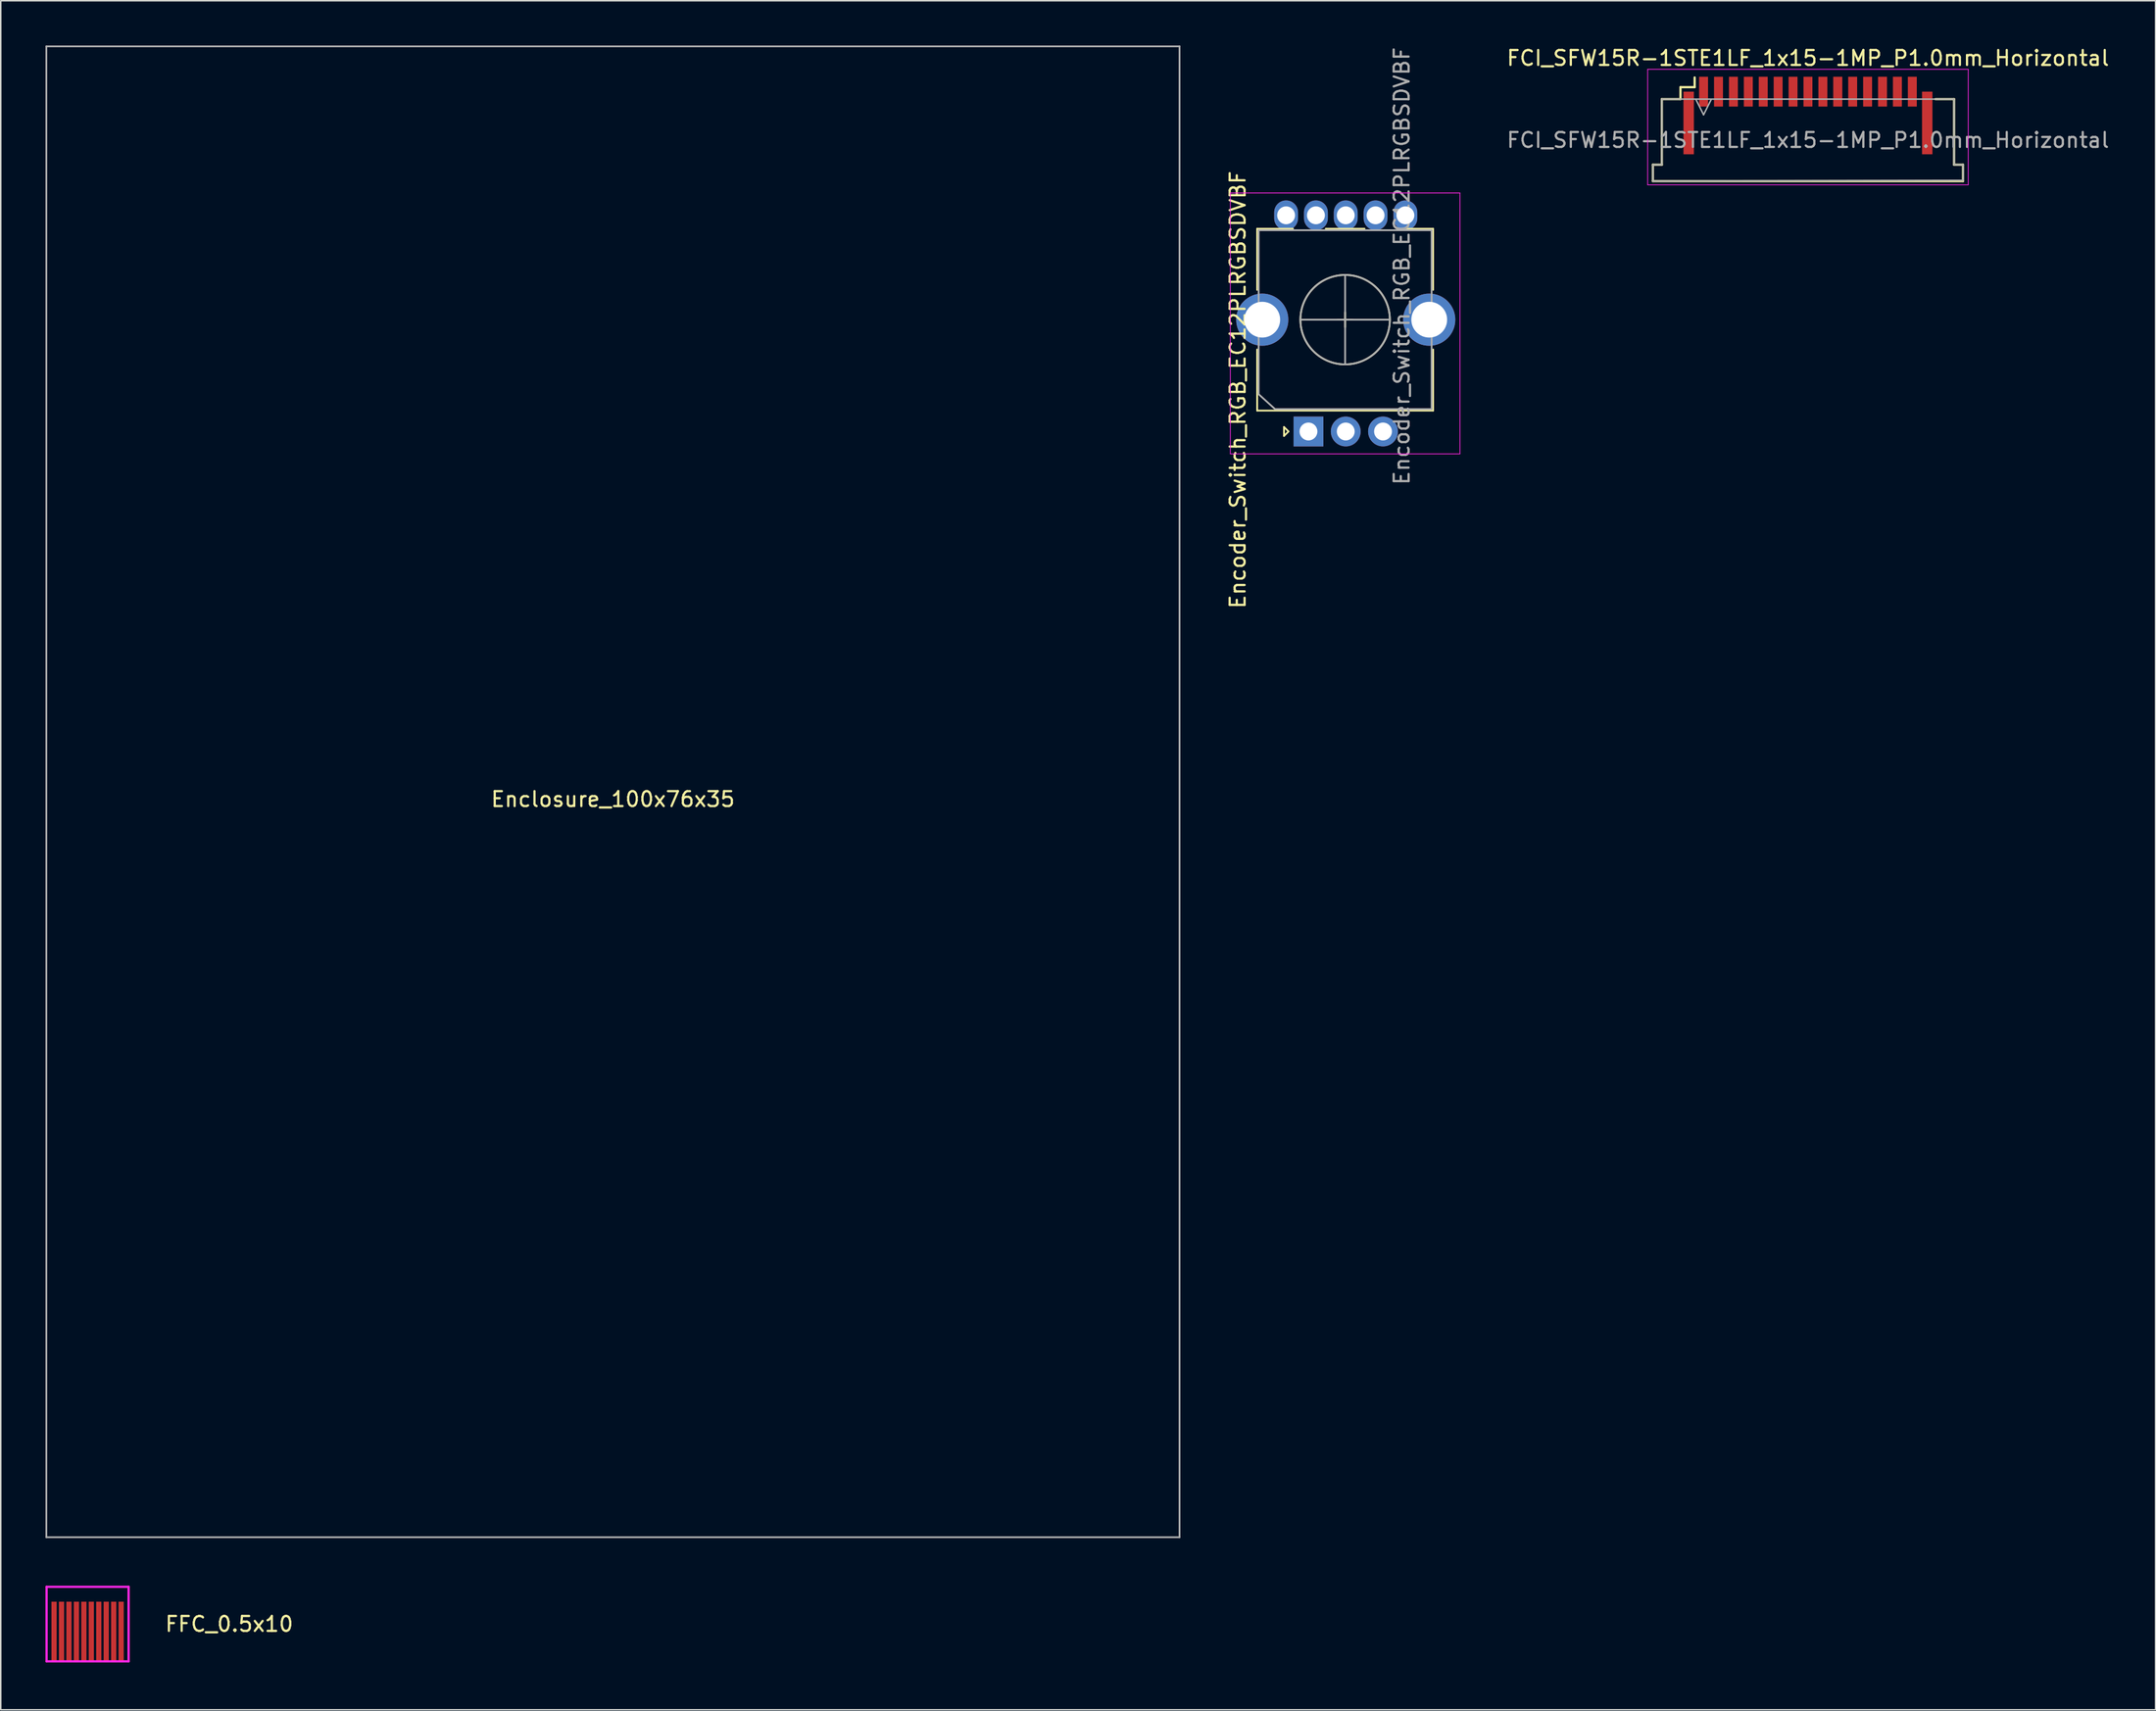
<source format=kicad_pcb>
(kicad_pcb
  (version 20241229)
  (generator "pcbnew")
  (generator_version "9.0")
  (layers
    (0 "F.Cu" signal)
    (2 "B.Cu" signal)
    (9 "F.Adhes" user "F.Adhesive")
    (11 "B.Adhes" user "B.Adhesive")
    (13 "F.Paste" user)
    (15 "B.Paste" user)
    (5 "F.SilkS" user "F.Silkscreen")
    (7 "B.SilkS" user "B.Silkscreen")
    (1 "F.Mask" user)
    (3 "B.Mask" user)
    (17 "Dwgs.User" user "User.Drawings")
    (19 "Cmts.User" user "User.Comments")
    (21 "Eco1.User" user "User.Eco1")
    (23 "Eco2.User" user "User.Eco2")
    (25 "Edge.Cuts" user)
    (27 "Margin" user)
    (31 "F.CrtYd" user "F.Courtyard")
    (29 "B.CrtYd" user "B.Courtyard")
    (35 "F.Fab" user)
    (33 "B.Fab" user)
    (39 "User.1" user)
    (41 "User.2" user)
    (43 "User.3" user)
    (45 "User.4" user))
  (footprint "FCI_SFW15R-1STE1LF_1x15-1MP_P1.0mm_Horizontal"
    (layer "F.Cu")
    (at 118.209 6.348)
    (property "Reference" "FCI_SFW15R-1STE1LF_1x15-1MP_P1.0mm_Horizontal" (at 0 -5.5 0) (layer "F.SilkS") (effects (font (size 1 1) (thickness 0.15))))
    (attr smd)
    (fp_line (start -10.4 1.65) (end -10.4 2.75) (stroke (width 0.15) (type solid)) (layer "F.SilkS"))
    (fp_line (start -10.4 2.75) (end 10.4 2.75) (stroke (width 0.15) (type solid)) (layer "F.SilkS"))
    (fp_line (start -9.8 -2.75) (end -8.55 -2.75) (stroke (width 0.15) (type solid)) (layer "F.SilkS"))
    (fp_line (start -9.8 1.65) (end -10.4 1.65) (stroke (width 0.15) (type solid)) (layer "F.SilkS"))
    (fp_line (start -9.8 1.65) (end -9.8 -2.75) (stroke (width 0.15) (type solid)) (layer "F.SilkS"))
    (fp_line (start -8.55 -3.55) (end -8.55 -2.75) (stroke (width 0.15) (type solid)) (layer "F.SilkS"))
    (fp_line (start -7.6 -3.55) (end -8.55 -3.55) (stroke (width 0.15) (type solid)) (layer "F.SilkS"))
    (fp_line (start -7.6 -3.55) (end -7.6 -4.2) (stroke (width 0.15) (type solid)) (layer "F.SilkS"))
    (fp_line (start 8.55 -2.75) (end 9.8 -2.75) (stroke (width 0.15) (type solid)) (layer "F.SilkS"))
    (fp_line (start 9.8 1.65) (end 9.8 -2.75) (stroke (width 0.15) (type solid)) (layer "F.SilkS"))
    (fp_line (start 10.4 1.65) (end 9.8 1.65) (stroke (width 0.15) (type solid)) (layer "F.SilkS"))
    (fp_line (start 10.4 1.65) (end 10.4 2.75) (stroke (width 0.15) (type solid)) (layer "F.SilkS"))
    (fp_line (start -10.75 -4.75) (end 10.75 -4.75) (stroke (width 0.05) (type solid)) (layer "F.CrtYd"))
    (fp_line (start -10.75 3) (end -10.75 -4.75) (stroke (width 0.05) (type solid)) (layer "F.CrtYd"))
    (fp_line (start -10.75 3) (end 10.75 3) (stroke (width 0.05) (type solid)) (layer "F.CrtYd"))
    (fp_line (start 10.75 3) (end 10.75 -4.75) (stroke (width 0.05) (type solid)) (layer "F.CrtYd"))
    (fp_line (start -10.4 1.65) (end -9.8 1.65) (stroke (width 0.1) (type solid)) (layer "F.Fab"))
    (fp_line (start -10.4 2.75) (end -10.4 1.65) (stroke (width 0.1) (type solid)) (layer "F.Fab"))
    (fp_line (start -9.8 -2.75) (end 9.8 -2.75) (stroke (width 0.1) (type solid)) (layer "F.Fab"))
    (fp_line (start -9.8 1.65) (end -9.8 -2.75) (stroke (width 0.1) (type solid)) (layer "F.Fab"))
    (fp_line (start -7.5 -2.7) (end -7 -1.7) (stroke (width 0.1) (type solid)) (layer "F.Fab"))
    (fp_line (start -7 -1.7) (end -6.5 -2.7) (stroke (width 0.1) (type solid)) (layer "F.Fab"))
    (fp_line (start 9.8 -2.75) (end 9.8 1.65) (stroke (width 0.1) (type solid)) (layer "F.Fab"))
    (fp_line (start 9.8 1.65) (end 10.41 1.65) (stroke (width 0.1) (type solid)) (layer "F.Fab"))
    (fp_line (start 10.41 1.65) (end 10.41 2.7) (stroke (width 0.1) (type solid)) (layer "F.Fab"))
    (fp_line (start 10.41 2.7) (end -10.4 2.75) (stroke (width 0.1) (type solid)) (layer "F.Fab"))
    (fp_text user "${REFERENCE}" (at 0 0 0) (layer "F.Fab") (effects (font (size 1 1) (thickness 0.15))))
    (pad "1" smd rect (at -7 -3.25) (size 0.6 2) (layers "F.Cu" "F.Mask" "F.Paste"))
    (pad "2" smd rect (at -6 -3.25) (size 0.6 2) (layers "F.Cu" "F.Mask" "F.Paste"))
    (pad "3" smd rect (at -5 -3.25) (size 0.6 2) (layers "F.Cu" "F.Mask" "F.Paste"))
    (pad "4" smd rect (at -4 -3.25) (size 0.6 2) (layers "F.Cu" "F.Mask" "F.Paste"))
    (pad "5" smd rect (at -3 -3.25) (size 0.6 2) (layers "F.Cu" "F.Mask" "F.Paste"))
    (pad "6" smd rect (at -2 -3.25) (size 0.6 2) (layers "F.Cu" "F.Mask" "F.Paste"))
    (pad "7" smd rect (at -1 -3.25) (size 0.6 2) (layers "F.Cu" "F.Mask" "F.Paste"))
    (pad "8" smd rect (at 0 -3.25) (size 0.6 2) (layers "F.Cu" "F.Mask" "F.Paste"))
    (pad "9" smd rect (at 1 -3.25) (size 0.6 2) (layers "F.Cu" "F.Mask" "F.Paste"))
    (pad "10" smd rect (at 2 -3.25) (size 0.61 2) (layers "F.Cu" "F.Mask" "F.Paste"))
    (pad "11" smd rect (at 3 -3.25) (size 0.6 2) (layers "F.Cu" "F.Mask" "F.Paste"))
    (pad "12" smd rect (at 4 -3.25) (size 0.6 2) (layers "F.Cu" "F.Mask" "F.Paste"))
    (pad "13" smd rect (at 5 -3.25) (size 0.6 2) (layers "F.Cu" "F.Mask" "F.Paste"))
    (pad "14" smd rect (at 6 -3.25) (size 0.6 2) (layers "F.Cu" "F.Mask" "F.Paste"))
    (pad "15" smd rect (at 7 -3.25) (size 0.6 2) (layers "F.Cu" "F.Mask" "F.Paste"))
    (pad "MP" smd rect (at -8 -1.15) (size 0.7 4.2) (layers "F.Cu" "F.Mask" "F.Paste"))
    (pad "MP" smd rect (at 8 -1.15) (size 0.7 4.2) (layers "F.Cu" "F.Mask" "F.Paste")))
  (footprint "Encoder_Switch_RGB_EC12PLRGBSDVBF"
    (layer "F.Cu")
    (at 87.208 18.392)
    (property "Reference" "Encoder_Switch_RGB_EC12PLRGBSDVBF" (at -7.24 4.7 90) (layer "F.SilkS") (effects (font (size 1 1) (thickness 0.15))))
    (attr through_hole)
    (fp_line (start -5.94 -6.1) (end -3.54 -6.1) (stroke (width 0.12) (type solid)) (layer "F.SilkS"))
    (fp_line (start -5.94 -2) (end -5.94 -6.1) (stroke (width 0.12) (type solid)) (layer "F.SilkS"))
    (fp_line (start -5.94 2) (end -5.94 6.1) (stroke (width 0.12) (type solid)) (layer "F.SilkS"))
    (fp_line (start -5.94 6.1) (end 5.86 6.1) (stroke (width 0.12) (type solid)) (layer "F.SilkS"))
    (fp_line (start -4.14 7.2) (end -3.84 7.5) (stroke (width 0.12) (type solid)) (layer "F.SilkS"))
    (fp_line (start -4.14 7.8) (end -4.14 7.2) (stroke (width 0.12) (type solid)) (layer "F.SilkS"))
    (fp_line (start -3.84 7.5) (end -4.14 7.8) (stroke (width 0.12) (type solid)) (layer "F.SilkS"))
    (fp_line (start -1.34 -6.1) (end 1.26 -6.1) (stroke (width 0.12) (type solid)) (layer "F.SilkS"))
    (fp_line (start -0.54 0) (end 0.46 0) (stroke (width 0.12) (type solid)) (layer "F.SilkS"))
    (fp_line (start -0.04 0.5) (end -0.04 -0.5) (stroke (width 0.12) (type solid)) (layer "F.SilkS"))
    (fp_line (start 3.46 -6.1) (end 5.86 -6.1) (stroke (width 0.12) (type solid)) (layer "F.SilkS"))
    (fp_line (start 5.86 -6.1) (end 5.86 -2) (stroke (width 0.12) (type solid)) (layer "F.SilkS"))
    (fp_line (start 5.86 2) (end 5.86 6.1) (stroke (width 0.12) (type solid)) (layer "F.SilkS"))
    (fp_circle (center -0.04 0) (end -0.04 -3) (stroke (width 0.12) (type solid)) (fill no) (layer "F.SilkS"))
    (fp_line (start -7.74 9) (end -7.74 -8.5) (stroke (width 0.05) (type solid)) (layer "F.CrtYd"))
    (fp_line (start -7.74 9) (end 7.66 9) (stroke (width 0.05) (type solid)) (layer "F.CrtYd"))
    (fp_line (start 7.66 -8.5) (end -7.74 -8.5) (stroke (width 0.05) (type solid)) (layer "F.CrtYd"))
    (fp_line (start 7.66 -8.5) (end 7.66 9) (stroke (width 0.05) (type solid)) (layer "F.CrtYd"))
    (fp_line (start -5.84 -6) (end 5.76 -6) (stroke (width 0.12) (type solid)) (layer "F.Fab"))
    (fp_line (start -5.84 5) (end -5.84 -6) (stroke (width 0.12) (type solid)) (layer "F.Fab"))
    (fp_line (start -4.74 6) (end -5.84 5) (stroke (width 0.12) (type solid)) (layer "F.Fab"))
    (fp_line (start -3.04 0) (end 2.96 0) (stroke (width 0.12) (type solid)) (layer "F.Fab"))
    (fp_line (start -0.04 3) (end -0.04 -3) (stroke (width 0.12) (type solid)) (layer "F.Fab"))
    (fp_line (start 5.76 -6) (end 5.76 6) (stroke (width 0.12) (type solid)) (layer "F.Fab"))
    (fp_line (start 5.76 6) (end -4.74 6) (stroke (width 0.12) (type solid)) (layer "F.Fab"))
    (fp_circle (center -0.04 0) (end -0.04 -3) (stroke (width 0.12) (type solid)) (fill no) (layer "F.Fab"))
    (fp_text user "${REFERENCE}" (at 3.76 -3.6 90) (layer "F.Fab") (effects (font (size 1 1) (thickness 0.15))))
    (pad "1" thru_hole oval (at -4 -7) (size 1.6 2) (drill 1.2) (layers "*.Cu" "*.Mask"))
    (pad "2" thru_hole oval (at -2 -7) (size 1.6 2) (drill 1.2) (layers "*.Cu" "*.Mask"))
    (pad "3" thru_hole oval (at 0 -7) (size 1.6 2) (drill 1.2) (layers "*.Cu" "*.Mask"))
    (pad "4" thru_hole oval (at 2 -7) (size 1.6 2) (drill 1.2) (layers "*.Cu" "*.Mask"))
    (pad "5" thru_hole oval (at 4 -7) (size 1.6 2) (drill 1.2) (layers "*.Cu" "*.Mask"))
    (pad "A" thru_hole rect (at -2.5 7.5 90) (size 2 2) (drill 1.2) (layers "*.Cu" "*.Mask"))
    (pad "B" thru_hole circle (at 2.5 7.5 90) (size 2 2) (drill 1.2) (layers "*.Cu" "*.Mask"))
    (pad "C" thru_hole circle (at 0 7.5 90) (size 2 2) (drill 1.2) (layers "*.Cu" "*.Mask"))
    (pad "MP" thru_hole circle (at -5.6 0 90) (size 3.5 3.5) (drill 2.4) (layers "*.Cu" "*.Mask"))
    (pad "MP" thru_hole circle (at 5.6 0 270) (size 3.5 3.5) (drill 2.4) (layers "*.Cu" "*.Mask")))
  (footprint "FFC_0.5x10"
    (layer "F.Cu")
    (at 2.825 108.385)
    (property "Reference" "FFC_0.5x10" (at 9.5 -2.5 0) (layer "F.SilkS") (effects (font (size 1 1) (thickness 0.15))))
    (attr through_hole)
    (fp_line (start -2.75 -5) (end -2.75 0) (stroke (width 0.15) (type solid)) (layer "F.CrtYd"))
    (fp_line (start -2.75 0) (end 2.75 0) (stroke (width 0.15) (type solid)) (layer "F.CrtYd"))
    (fp_line (start 2.75 -5) (end -2.75 -5) (stroke (width 0.15) (type solid)) (layer "F.CrtYd"))
    (fp_line (start 2.75 0) (end 2.75 -5) (stroke (width 0.15) (type solid)) (layer "F.CrtYd"))
    (pad "1" connect rect (at -2.25 -2) (size 0.35 4) (layers "F.Cu" "F.Mask"))
    (pad "2" connect rect (at -1.75 -2) (size 0.35 4) (layers "F.Cu" "F.Mask"))
    (pad "3" connect rect (at -1.25 -2) (size 0.35 4) (layers "F.Cu" "F.Mask"))
    (pad "4" connect rect (at -0.75 -2) (size 0.35 4) (layers "F.Cu" "F.Mask"))
    (pad "5" connect rect (at -0.25 -2) (size 0.35 4) (layers "F.Cu" "F.Mask"))
    (pad "6" connect rect (at 0.25 -2) (size 0.35 4) (layers "F.Cu" "F.Mask"))
    (pad "7" connect rect (at 0.75 -2) (size 0.35 4) (layers "F.Cu" "F.Mask"))
    (pad "8" connect rect (at 1.25 -2) (size 0.35 4) (layers "F.Cu" "F.Mask"))
    (pad "9" connect rect (at 1.75 -2) (size 0.35 4) (layers "F.Cu" "F.Mask"))
    (pad "10" connect rect (at 2.25 -2) (size 0.35 4) (layers "F.Cu" "F.Mask")))
  (footprint "Enclosure_100x76x35"
    (layer "F.Cu")
    (at 38.06 100.06)
    (property "Reference" "Enclosure_100x76x35" (at 0 -49.5 0) (layer "F.SilkS") (effects (font (size 1 1) (thickness 0.15))))
    (attr through_hole)
    (fp_line (start -38 -100) (end 38 -100) (stroke (width 0.12) (type solid)) (layer "F.Fab"))
    (fp_line (start -38 0) (end -38 -100) (stroke (width 0.12) (type solid)) (layer "F.Fab"))
    (fp_line (start 38 -100) (end 38 0) (stroke (width 0.12) (type solid)) (layer "F.Fab"))
    (fp_line (start 38 0) (end -38 0) (stroke (width 0.12) (type solid)) (layer "F.Fab")))
  (gr_rect
    (start -3 -3)
    (end 141.524 111.635)
    (stroke (width 0.1) (type default))
    (fill no)
    (layer "Edge.Cuts")))
</source>
